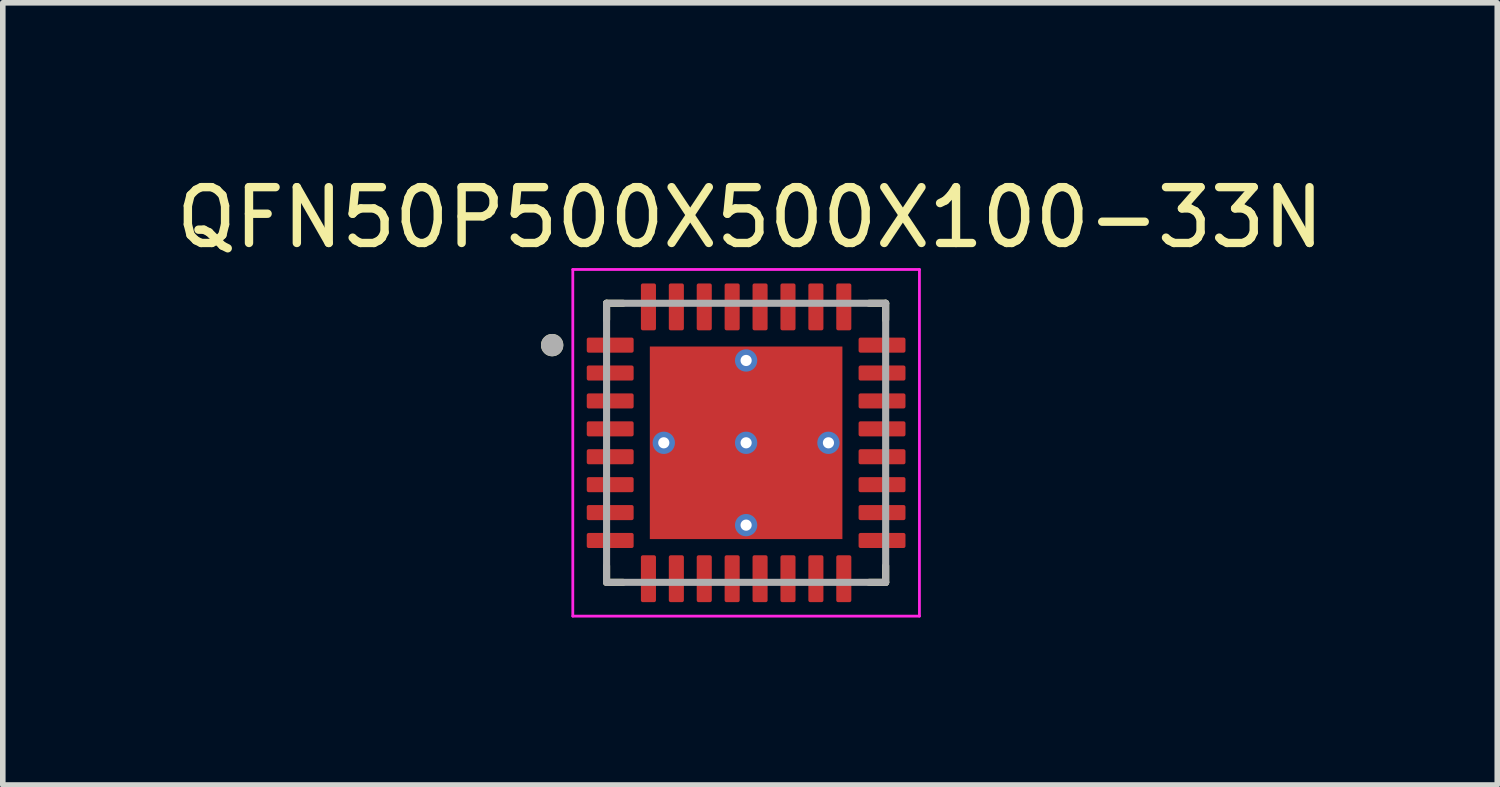
<source format=kicad_pcb>
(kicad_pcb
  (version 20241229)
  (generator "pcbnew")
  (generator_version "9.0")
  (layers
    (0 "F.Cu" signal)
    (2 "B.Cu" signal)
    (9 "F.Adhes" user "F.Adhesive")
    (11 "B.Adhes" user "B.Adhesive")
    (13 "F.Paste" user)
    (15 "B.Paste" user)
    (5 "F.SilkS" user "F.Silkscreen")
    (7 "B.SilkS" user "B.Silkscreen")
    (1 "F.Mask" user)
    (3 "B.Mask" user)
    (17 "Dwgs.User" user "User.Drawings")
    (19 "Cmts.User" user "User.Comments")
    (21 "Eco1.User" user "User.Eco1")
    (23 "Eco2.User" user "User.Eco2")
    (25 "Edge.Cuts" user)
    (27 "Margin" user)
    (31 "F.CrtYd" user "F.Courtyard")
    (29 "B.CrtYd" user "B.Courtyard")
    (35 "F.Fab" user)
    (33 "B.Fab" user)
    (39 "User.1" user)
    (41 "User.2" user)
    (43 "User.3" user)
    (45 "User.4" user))
  (footprint "QFN50P500X500X100-33N"
    (layer "F.Cu")
    (at 10.317 4.883)
    (property "Reference" "QFN50P500X500X100-33N" (at 0.07 -4.035 0) (layer "F.SilkS") (effects (font (size 1 1) (thickness 0.15))))
    (attr smd)
    (fp_line (start -2.5 -2.5) (end -2.5 -2.205) (stroke (width 0.127) (type solid)) (layer "F.SilkS"))
    (fp_line (start -2.5 -2.5) (end -2.205 -2.5) (stroke (width 0.127) (type solid)) (layer "F.SilkS"))
    (fp_line (start -2.5 2.5) (end -2.5 2.205) (stroke (width 0.127) (type solid)) (layer "F.SilkS"))
    (fp_line (start -2.5 2.5) (end -2.205 2.5) (stroke (width 0.127) (type solid)) (layer "F.SilkS"))
    (fp_line (start 2.5 -2.5) (end 2.205 -2.5) (stroke (width 0.127) (type solid)) (layer "F.SilkS"))
    (fp_line (start 2.5 -2.5) (end 2.5 -2.205) (stroke (width 0.127) (type solid)) (layer "F.SilkS"))
    (fp_line (start 2.5 2.5) (end 2.205 2.5) (stroke (width 0.127) (type solid)) (layer "F.SilkS"))
    (fp_line (start 2.5 2.5) (end 2.5 2.205) (stroke (width 0.127) (type solid)) (layer "F.SilkS"))
    (fp_circle (center -3.475 -1.75) (end -3.375 -1.75) (stroke (width 0.2) (type solid)) (fill no) (layer "F.SilkS"))
    (fp_poly (pts (xy -1.09 -1.09) (xy 1.09 -1.09) (xy 1.09 1.09) (xy -1.09 1.09)) (stroke (width 0.01) (type solid)) (fill yes) (layer "F.Paste"))
    (fp_line (start -3.105 -3.105) (end 3.105 -3.105) (stroke (width 0.05) (type solid)) (layer "F.CrtYd"))
    (fp_line (start -3.105 3.105) (end -3.105 -3.105) (stroke (width 0.05) (type solid)) (layer "F.CrtYd"))
    (fp_line (start -3.105 3.105) (end 3.105 3.105) (stroke (width 0.05) (type solid)) (layer "F.CrtYd"))
    (fp_line (start 3.105 3.105) (end 3.105 -3.105) (stroke (width 0.05) (type solid)) (layer "F.CrtYd"))
    (fp_line (start -2.5 2.5) (end -2.5 -2.5) (stroke (width 0.127) (type solid)) (layer "F.Fab"))
    (fp_line (start 2.5 -2.5) (end -2.5 -2.5) (stroke (width 0.127) (type solid)) (layer "F.Fab"))
    (fp_line (start 2.5 2.5) (end -2.5 2.5) (stroke (width 0.127) (type solid)) (layer "F.Fab"))
    (fp_line (start 2.5 2.5) (end 2.5 -2.5) (stroke (width 0.127) (type solid)) (layer "F.Fab"))
    (fp_circle (center -3.475 -1.75) (end -3.375 -1.75) (stroke (width 0.2) (type solid)) (fill no) (layer "F.Fab"))
    (pad "1" smd roundrect (at -2.435 -1.75) (size 0.84 0.27) (layers "F.Cu" "F.Mask" "F.Paste") (roundrect_rratio 0.125))
    (pad "2" smd roundrect (at -2.435 -1.25) (size 0.84 0.27) (layers "F.Cu" "F.Mask" "F.Paste") (roundrect_rratio 0.125))
    (pad "3" smd roundrect (at -2.435 -0.75) (size 0.84 0.27) (layers "F.Cu" "F.Mask" "F.Paste") (roundrect_rratio 0.125))
    (pad "4" smd roundrect (at -2.435 -0.25) (size 0.84 0.27) (layers "F.Cu" "F.Mask" "F.Paste") (roundrect_rratio 0.125))
    (pad "5" smd roundrect (at -2.435 0.25) (size 0.84 0.27) (layers "F.Cu" "F.Mask" "F.Paste") (roundrect_rratio 0.125))
    (pad "6" smd roundrect (at -2.435 0.75) (size 0.84 0.27) (layers "F.Cu" "F.Mask" "F.Paste") (roundrect_rratio 0.125))
    (pad "7" smd roundrect (at -2.435 1.25) (size 0.84 0.27) (layers "F.Cu" "F.Mask" "F.Paste") (roundrect_rratio 0.125))
    (pad "8" smd roundrect (at -2.435 1.75) (size 0.84 0.27) (layers "F.Cu" "F.Mask" "F.Paste") (roundrect_rratio 0.125))
    (pad "9" smd roundrect (at -1.75 2.435) (size 0.27 0.84) (layers "F.Cu" "F.Mask" "F.Paste") (roundrect_rratio 0.125))
    (pad "10" smd roundrect (at -1.25 2.435) (size 0.27 0.84) (layers "F.Cu" "F.Mask" "F.Paste") (roundrect_rratio 0.125))
    (pad "11" smd roundrect (at -0.75 2.435) (size 0.27 0.84) (layers "F.Cu" "F.Mask" "F.Paste") (roundrect_rratio 0.125))
    (pad "12" smd roundrect (at -0.25 2.435) (size 0.27 0.84) (layers "F.Cu" "F.Mask" "F.Paste") (roundrect_rratio 0.125))
    (pad "13" smd roundrect (at 0.25 2.435) (size 0.27 0.84) (layers "F.Cu" "F.Mask" "F.Paste") (roundrect_rratio 0.125))
    (pad "14" smd roundrect (at 0.75 2.435) (size 0.27 0.84) (layers "F.Cu" "F.Mask" "F.Paste") (roundrect_rratio 0.125))
    (pad "15" smd roundrect (at 1.25 2.435) (size 0.27 0.84) (layers "F.Cu" "F.Mask" "F.Paste") (roundrect_rratio 0.125))
    (pad "16" smd roundrect (at 1.75 2.435) (size 0.27 0.84) (layers "F.Cu" "F.Mask" "F.Paste") (roundrect_rratio 0.125))
    (pad "17" smd roundrect (at 2.435 1.75) (size 0.84 0.27) (layers "F.Cu" "F.Mask" "F.Paste") (roundrect_rratio 0.125))
    (pad "18" smd roundrect (at 2.435 1.25) (size 0.84 0.27) (layers "F.Cu" "F.Mask" "F.Paste") (roundrect_rratio 0.125))
    (pad "19" smd roundrect (at 2.435 0.75) (size 0.84 0.27) (layers "F.Cu" "F.Mask" "F.Paste") (roundrect_rratio 0.125))
    (pad "20" smd roundrect (at 2.435 0.25) (size 0.84 0.27) (layers "F.Cu" "F.Mask" "F.Paste") (roundrect_rratio 0.125))
    (pad "21" smd roundrect (at 2.435 -0.25) (size 0.84 0.27) (layers "F.Cu" "F.Mask" "F.Paste") (roundrect_rratio 0.125))
    (pad "22" smd roundrect (at 2.435 -0.75) (size 0.84 0.27) (layers "F.Cu" "F.Mask" "F.Paste") (roundrect_rratio 0.125))
    (pad "23" smd roundrect (at 2.435 -1.25) (size 0.84 0.27) (layers "F.Cu" "F.Mask" "F.Paste") (roundrect_rratio 0.125))
    (pad "24" smd roundrect (at 2.435 -1.75) (size 0.84 0.27) (layers "F.Cu" "F.Mask" "F.Paste") (roundrect_rratio 0.125))
    (pad "25" smd roundrect (at 1.75 -2.435) (size 0.27 0.84) (layers "F.Cu" "F.Mask" "F.Paste") (roundrect_rratio 0.125))
    (pad "26" smd roundrect (at 1.25 -2.435) (size 0.27 0.84) (layers "F.Cu" "F.Mask" "F.Paste") (roundrect_rratio 0.125))
    (pad "27" smd roundrect (at 0.75 -2.435) (size 0.27 0.84) (layers "F.Cu" "F.Mask" "F.Paste") (roundrect_rratio 0.125))
    (pad "28" smd roundrect (at 0.25 -2.435) (size 0.27 0.84) (layers "F.Cu" "F.Mask" "F.Paste") (roundrect_rratio 0.125))
    (pad "29" smd roundrect (at -0.25 -2.435) (size 0.27 0.84) (layers "F.Cu" "F.Mask" "F.Paste") (roundrect_rratio 0.125))
    (pad "30" smd roundrect (at -0.75 -2.435) (size 0.27 0.84) (layers "F.Cu" "F.Mask" "F.Paste") (roundrect_rratio 0.125))
    (pad "31" smd roundrect (at -1.25 -2.435) (size 0.27 0.84) (layers "F.Cu" "F.Mask" "F.Paste") (roundrect_rratio 0.125))
    (pad "32" smd roundrect (at -1.75 -2.435) (size 0.27 0.84) (layers "F.Cu" "F.Mask" "F.Paste") (roundrect_rratio 0.125))
    (pad "33" smd rect (at 0 0) (size 3.45 3.45) (layers "F.Cu" "F.Mask"))
    (pad "34" thru_hole circle (at 0 0) (size 0.4 0.4) (drill 0.2) (layers "*.Cu"))
    (pad "35" thru_hole circle (at -1.475 0) (size 0.4 0.4) (drill 0.2) (layers "*.Cu"))
    (pad "36" thru_hole circle (at 0 -1.475) (size 0.4 0.4) (drill 0.2) (layers "*.Cu"))
    (pad "37" thru_hole circle (at 1.475 0) (size 0.4 0.4) (drill 0.2) (layers "*.Cu"))
    (pad "38" thru_hole circle (at 0 1.475) (size 0.4 0.4) (drill 0.2) (layers "*.Cu")))
  (gr_rect
    (start -3 -3)
    (end 23.774 11.013)
    (stroke (width 0.1) (type default))
    (fill no)
    (layer "Edge.Cuts")))
</source>
